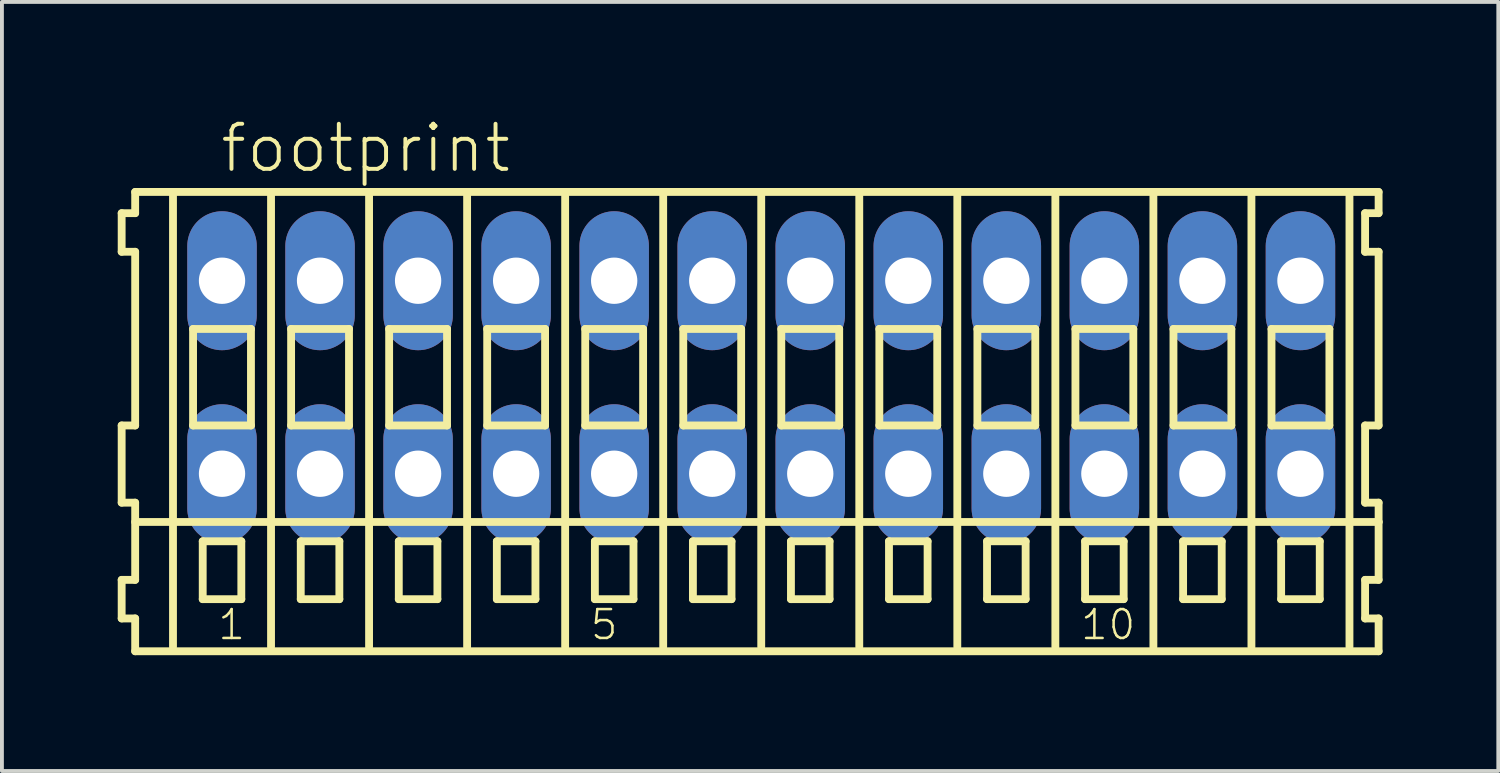
<source format=kicad_pcb>
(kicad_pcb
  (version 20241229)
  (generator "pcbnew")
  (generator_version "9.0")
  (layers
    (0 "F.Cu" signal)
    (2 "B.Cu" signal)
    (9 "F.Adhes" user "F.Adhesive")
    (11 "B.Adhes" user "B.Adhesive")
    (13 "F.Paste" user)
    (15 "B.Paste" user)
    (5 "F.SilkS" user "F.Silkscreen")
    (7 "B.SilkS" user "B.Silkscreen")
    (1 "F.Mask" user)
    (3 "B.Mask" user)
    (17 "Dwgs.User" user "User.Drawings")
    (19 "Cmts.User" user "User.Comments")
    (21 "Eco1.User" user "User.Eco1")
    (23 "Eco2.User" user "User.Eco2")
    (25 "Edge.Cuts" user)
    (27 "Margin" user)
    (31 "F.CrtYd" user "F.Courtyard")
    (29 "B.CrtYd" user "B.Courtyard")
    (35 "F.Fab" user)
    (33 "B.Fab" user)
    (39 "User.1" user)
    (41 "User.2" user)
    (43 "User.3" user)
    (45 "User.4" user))
  (footprint "footprint"
    (layer "F.Cu")
    (at 16.672 6.723)
    (property "Reference" "footprint" (at -14.07 -5.25 0) (layer "F.SilkS") (effects (font (size 1.168 1.168) (thickness 0.102)) (justify left bottom)))
    (fp_line (start -16.57 -4.25) (end -16.57 -3.25) (stroke (width 0.203) (type solid)) (layer "F.SilkS"))
    (fp_line (start -16.57 -3.25) (end -16.22 -3.25) (stroke (width 0.203) (type solid)) (layer "F.SilkS"))
    (fp_line (start -16.57 1.25) (end -16.57 3.25) (stroke (width 0.203) (type solid)) (layer "F.SilkS"))
    (fp_line (start -16.57 3.25) (end -16.22 3.25) (stroke (width 0.203) (type solid)) (layer "F.SilkS"))
    (fp_line (start -16.57 5.25) (end -16.57 6.25) (stroke (width 0.203) (type solid)) (layer "F.SilkS"))
    (fp_line (start -16.57 6.25) (end -16.22 6.25) (stroke (width 0.203) (type solid)) (layer "F.SilkS"))
    (fp_line (start -16.22 -4.8) (end -16.22 -4.25) (stroke (width 0.203) (type solid)) (layer "F.SilkS"))
    (fp_line (start -16.22 -4.25) (end -16.57 -4.25) (stroke (width 0.203) (type solid)) (layer "F.SilkS"))
    (fp_line (start -16.22 -3.25) (end -16.22 1.25) (stroke (width 0.203) (type solid)) (layer "F.SilkS"))
    (fp_line (start -16.22 1.25) (end -16.57 1.25) (stroke (width 0.203) (type solid)) (layer "F.SilkS"))
    (fp_line (start -16.22 3.25) (end -16.22 5.25) (stroke (width 0.203) (type solid)) (layer "F.SilkS"))
    (fp_line (start -16.22 3.75) (end 15.995 3.75) (stroke (width 0.203) (type solid)) (layer "F.SilkS"))
    (fp_line (start -16.22 5.25) (end -16.57 5.25) (stroke (width 0.203) (type solid)) (layer "F.SilkS"))
    (fp_line (start -16.22 6.25) (end -16.22 7.1) (stroke (width 0.203) (type solid)) (layer "F.SilkS"))
    (fp_line (start -16.22 7.1) (end 15.995 7.1) (stroke (width 0.203) (type solid)) (layer "F.SilkS"))
    (fp_line (start -15.24 6.985) (end -15.24 -4.699) (stroke (width 0.203) (type solid)) (layer "F.SilkS"))
    (fp_line (start -14.72 -1.25) (end -14.72 1.25) (stroke (width 0.203) (type solid)) (layer "F.SilkS"))
    (fp_line (start -14.72 1.25) (end -13.22 1.25) (stroke (width 0.203) (type solid)) (layer "F.SilkS"))
    (fp_line (start -14.47 4.25) (end -14.47 5.75) (stroke (width 0.203) (type solid)) (layer "F.SilkS"))
    (fp_line (start -14.47 5.75) (end -13.47 5.75) (stroke (width 0.203) (type solid)) (layer "F.SilkS"))
    (fp_line (start -13.47 4.25) (end -14.47 4.25) (stroke (width 0.203) (type solid)) (layer "F.SilkS"))
    (fp_line (start -13.47 5.75) (end -13.47 4.25) (stroke (width 0.203) (type solid)) (layer "F.SilkS"))
    (fp_line (start -13.22 -1.25) (end -14.72 -1.25) (stroke (width 0.203) (type solid)) (layer "F.SilkS"))
    (fp_line (start -13.22 1.25) (end -13.22 -1.25) (stroke (width 0.203) (type solid)) (layer "F.SilkS"))
    (fp_line (start -12.7 6.985) (end -12.7 -4.699) (stroke (width 0.203) (type solid)) (layer "F.SilkS"))
    (fp_line (start -12.18 -1.25) (end -12.18 1.25) (stroke (width 0.203) (type solid)) (layer "F.SilkS"))
    (fp_line (start -12.18 1.25) (end -10.68 1.25) (stroke (width 0.203) (type solid)) (layer "F.SilkS"))
    (fp_line (start -11.93 4.25) (end -11.93 5.75) (stroke (width 0.203) (type solid)) (layer "F.SilkS"))
    (fp_line (start -11.93 5.75) (end -10.93 5.75) (stroke (width 0.203) (type solid)) (layer "F.SilkS"))
    (fp_line (start -10.93 4.25) (end -11.93 4.25) (stroke (width 0.203) (type solid)) (layer "F.SilkS"))
    (fp_line (start -10.93 5.75) (end -10.93 4.25) (stroke (width 0.203) (type solid)) (layer "F.SilkS"))
    (fp_line (start -10.68 -1.25) (end -12.18 -1.25) (stroke (width 0.203) (type solid)) (layer "F.SilkS"))
    (fp_line (start -10.68 1.25) (end -10.68 -1.25) (stroke (width 0.203) (type solid)) (layer "F.SilkS"))
    (fp_line (start -10.16 6.985) (end -10.16 -4.699) (stroke (width 0.203) (type solid)) (layer "F.SilkS"))
    (fp_line (start -9.64 -1.25) (end -9.64 1.25) (stroke (width 0.203) (type solid)) (layer "F.SilkS"))
    (fp_line (start -9.64 1.25) (end -8.14 1.25) (stroke (width 0.203) (type solid)) (layer "F.SilkS"))
    (fp_line (start -9.39 4.25) (end -9.39 5.75) (stroke (width 0.203) (type solid)) (layer "F.SilkS"))
    (fp_line (start -9.39 5.75) (end -8.39 5.75) (stroke (width 0.203) (type solid)) (layer "F.SilkS"))
    (fp_line (start -8.39 4.25) (end -9.39 4.25) (stroke (width 0.203) (type solid)) (layer "F.SilkS"))
    (fp_line (start -8.39 5.75) (end -8.39 4.25) (stroke (width 0.203) (type solid)) (layer "F.SilkS"))
    (fp_line (start -8.14 -1.25) (end -9.64 -1.25) (stroke (width 0.203) (type solid)) (layer "F.SilkS"))
    (fp_line (start -8.14 1.25) (end -8.14 -1.25) (stroke (width 0.203) (type solid)) (layer "F.SilkS"))
    (fp_line (start -7.62 6.985) (end -7.62 -4.699) (stroke (width 0.203) (type solid)) (layer "F.SilkS"))
    (fp_line (start -7.1 -1.25) (end -7.1 1.25) (stroke (width 0.203) (type solid)) (layer "F.SilkS"))
    (fp_line (start -7.1 1.25) (end -5.6 1.25) (stroke (width 0.203) (type solid)) (layer "F.SilkS"))
    (fp_line (start -6.85 4.25) (end -6.85 5.75) (stroke (width 0.203) (type solid)) (layer "F.SilkS"))
    (fp_line (start -6.85 5.75) (end -5.85 5.75) (stroke (width 0.203) (type solid)) (layer "F.SilkS"))
    (fp_line (start -5.85 4.25) (end -6.85 4.25) (stroke (width 0.203) (type solid)) (layer "F.SilkS"))
    (fp_line (start -5.85 5.75) (end -5.85 4.25) (stroke (width 0.203) (type solid)) (layer "F.SilkS"))
    (fp_line (start -5.6 -1.25) (end -7.1 -1.25) (stroke (width 0.203) (type solid)) (layer "F.SilkS"))
    (fp_line (start -5.6 1.25) (end -5.6 -1.25) (stroke (width 0.203) (type solid)) (layer "F.SilkS"))
    (fp_line (start -5.08 6.985) (end -5.08 -4.699) (stroke (width 0.203) (type solid)) (layer "F.SilkS"))
    (fp_line (start -4.56 -1.25) (end -4.56 1.25) (stroke (width 0.203) (type solid)) (layer "F.SilkS"))
    (fp_line (start -4.56 1.25) (end -3.06 1.25) (stroke (width 0.203) (type solid)) (layer "F.SilkS"))
    (fp_line (start -4.31 4.25) (end -4.31 5.75) (stroke (width 0.203) (type solid)) (layer "F.SilkS"))
    (fp_line (start -4.31 5.75) (end -3.31 5.75) (stroke (width 0.203) (type solid)) (layer "F.SilkS"))
    (fp_line (start -3.31 4.25) (end -4.31 4.25) (stroke (width 0.203) (type solid)) (layer "F.SilkS"))
    (fp_line (start -3.31 5.75) (end -3.31 4.25) (stroke (width 0.203) (type solid)) (layer "F.SilkS"))
    (fp_line (start -3.06 -1.25) (end -4.56 -1.25) (stroke (width 0.203) (type solid)) (layer "F.SilkS"))
    (fp_line (start -3.06 1.25) (end -3.06 -1.25) (stroke (width 0.203) (type solid)) (layer "F.SilkS"))
    (fp_line (start -2.54 6.985) (end -2.54 -4.699) (stroke (width 0.203) (type solid)) (layer "F.SilkS"))
    (fp_line (start -2.02 -1.25) (end -2.02 1.25) (stroke (width 0.203) (type solid)) (layer "F.SilkS"))
    (fp_line (start -2.02 1.25) (end -0.52 1.25) (stroke (width 0.203) (type solid)) (layer "F.SilkS"))
    (fp_line (start -1.77 4.25) (end -1.77 5.75) (stroke (width 0.203) (type solid)) (layer "F.SilkS"))
    (fp_line (start -1.77 5.75) (end -0.77 5.75) (stroke (width 0.203) (type solid)) (layer "F.SilkS"))
    (fp_line (start -0.77 4.25) (end -1.77 4.25) (stroke (width 0.203) (type solid)) (layer "F.SilkS"))
    (fp_line (start -0.77 5.75) (end -0.77 4.25) (stroke (width 0.203) (type solid)) (layer "F.SilkS"))
    (fp_line (start -0.52 -1.25) (end -2.02 -1.25) (stroke (width 0.203) (type solid)) (layer "F.SilkS"))
    (fp_line (start -0.52 1.25) (end -0.52 -1.25) (stroke (width 0.203) (type solid)) (layer "F.SilkS"))
    (fp_line (start 0 6.985) (end 0 -4.699) (stroke (width 0.203) (type solid)) (layer "F.SilkS"))
    (fp_line (start 0.52 -1.25) (end 0.52 1.25) (stroke (width 0.203) (type solid)) (layer "F.SilkS"))
    (fp_line (start 0.52 1.25) (end 2.02 1.25) (stroke (width 0.203) (type solid)) (layer "F.SilkS"))
    (fp_line (start 0.77 4.25) (end 0.77 5.75) (stroke (width 0.203) (type solid)) (layer "F.SilkS"))
    (fp_line (start 0.77 5.75) (end 1.77 5.75) (stroke (width 0.203) (type solid)) (layer "F.SilkS"))
    (fp_line (start 1.77 4.25) (end 0.77 4.25) (stroke (width 0.203) (type solid)) (layer "F.SilkS"))
    (fp_line (start 1.77 5.75) (end 1.77 4.25) (stroke (width 0.203) (type solid)) (layer "F.SilkS"))
    (fp_line (start 2.02 -1.25) (end 0.52 -1.25) (stroke (width 0.203) (type solid)) (layer "F.SilkS"))
    (fp_line (start 2.02 1.25) (end 2.02 -1.25) (stroke (width 0.203) (type solid)) (layer "F.SilkS"))
    (fp_line (start 2.54 6.985) (end 2.54 -4.699) (stroke (width 0.203) (type solid)) (layer "F.SilkS"))
    (fp_line (start 3.06 -1.25) (end 3.06 1.25) (stroke (width 0.203) (type solid)) (layer "F.SilkS"))
    (fp_line (start 3.06 1.25) (end 4.56 1.25) (stroke (width 0.203) (type solid)) (layer "F.SilkS"))
    (fp_line (start 3.31 4.25) (end 3.31 5.75) (stroke (width 0.203) (type solid)) (layer "F.SilkS"))
    (fp_line (start 3.31 5.75) (end 4.31 5.75) (stroke (width 0.203) (type solid)) (layer "F.SilkS"))
    (fp_line (start 4.31 4.25) (end 3.31 4.25) (stroke (width 0.203) (type solid)) (layer "F.SilkS"))
    (fp_line (start 4.31 5.75) (end 4.31 4.25) (stroke (width 0.203) (type solid)) (layer "F.SilkS"))
    (fp_line (start 4.56 -1.25) (end 3.06 -1.25) (stroke (width 0.203) (type solid)) (layer "F.SilkS"))
    (fp_line (start 4.56 1.25) (end 4.56 -1.25) (stroke (width 0.203) (type solid)) (layer "F.SilkS"))
    (fp_line (start 5.08 6.985) (end 5.08 -4.699) (stroke (width 0.203) (type solid)) (layer "F.SilkS"))
    (fp_line (start 5.6 -1.25) (end 5.6 1.25) (stroke (width 0.203) (type solid)) (layer "F.SilkS"))
    (fp_line (start 5.6 1.25) (end 7.1 1.25) (stroke (width 0.203) (type solid)) (layer "F.SilkS"))
    (fp_line (start 5.85 4.25) (end 5.85 5.75) (stroke (width 0.203) (type solid)) (layer "F.SilkS"))
    (fp_line (start 5.85 5.75) (end 6.85 5.75) (stroke (width 0.203) (type solid)) (layer "F.SilkS"))
    (fp_line (start 6.85 4.25) (end 5.85 4.25) (stroke (width 0.203) (type solid)) (layer "F.SilkS"))
    (fp_line (start 6.85 5.75) (end 6.85 4.25) (stroke (width 0.203) (type solid)) (layer "F.SilkS"))
    (fp_line (start 7.1 -1.25) (end 5.6 -1.25) (stroke (width 0.203) (type solid)) (layer "F.SilkS"))
    (fp_line (start 7.1 1.25) (end 7.1 -1.25) (stroke (width 0.203) (type solid)) (layer "F.SilkS"))
    (fp_line (start 7.62 6.985) (end 7.62 -4.699) (stroke (width 0.203) (type solid)) (layer "F.SilkS"))
    (fp_line (start 8.14 -1.25) (end 8.14 1.25) (stroke (width 0.203) (type solid)) (layer "F.SilkS"))
    (fp_line (start 8.14 1.25) (end 9.64 1.25) (stroke (width 0.203) (type solid)) (layer "F.SilkS"))
    (fp_line (start 8.39 4.25) (end 8.39 5.75) (stroke (width 0.203) (type solid)) (layer "F.SilkS"))
    (fp_line (start 8.39 5.75) (end 9.39 5.75) (stroke (width 0.203) (type solid)) (layer "F.SilkS"))
    (fp_line (start 9.39 4.25) (end 8.39 4.25) (stroke (width 0.203) (type solid)) (layer "F.SilkS"))
    (fp_line (start 9.39 5.75) (end 9.39 4.25) (stroke (width 0.203) (type solid)) (layer "F.SilkS"))
    (fp_line (start 9.64 -1.25) (end 8.14 -1.25) (stroke (width 0.203) (type solid)) (layer "F.SilkS"))
    (fp_line (start 9.64 1.25) (end 9.64 -1.25) (stroke (width 0.203) (type solid)) (layer "F.SilkS"))
    (fp_line (start 10.16 6.985) (end 10.16 -4.699) (stroke (width 0.203) (type solid)) (layer "F.SilkS"))
    (fp_line (start 10.68 -1.25) (end 10.68 1.25) (stroke (width 0.203) (type solid)) (layer "F.SilkS"))
    (fp_line (start 10.68 1.25) (end 12.18 1.25) (stroke (width 0.203) (type solid)) (layer "F.SilkS"))
    (fp_line (start 10.93 4.25) (end 10.93 5.75) (stroke (width 0.203) (type solid)) (layer "F.SilkS"))
    (fp_line (start 10.93 5.75) (end 11.93 5.75) (stroke (width 0.203) (type solid)) (layer "F.SilkS"))
    (fp_line (start 11.93 4.25) (end 10.93 4.25) (stroke (width 0.203) (type solid)) (layer "F.SilkS"))
    (fp_line (start 11.93 5.75) (end 11.93 4.25) (stroke (width 0.203) (type solid)) (layer "F.SilkS"))
    (fp_line (start 12.18 -1.25) (end 10.68 -1.25) (stroke (width 0.203) (type solid)) (layer "F.SilkS"))
    (fp_line (start 12.18 1.25) (end 12.18 -1.25) (stroke (width 0.203) (type solid)) (layer "F.SilkS"))
    (fp_line (start 12.7 6.985) (end 12.7 -4.699) (stroke (width 0.203) (type solid)) (layer "F.SilkS"))
    (fp_line (start 13.22 -1.25) (end 13.22 1.25) (stroke (width 0.203) (type solid)) (layer "F.SilkS"))
    (fp_line (start 13.22 1.25) (end 14.72 1.25) (stroke (width 0.203) (type solid)) (layer "F.SilkS"))
    (fp_line (start 13.47 4.25) (end 13.47 5.75) (stroke (width 0.203) (type solid)) (layer "F.SilkS"))
    (fp_line (start 13.47 5.75) (end 14.47 5.75) (stroke (width 0.203) (type solid)) (layer "F.SilkS"))
    (fp_line (start 14.47 4.25) (end 13.47 4.25) (stroke (width 0.203) (type solid)) (layer "F.SilkS"))
    (fp_line (start 14.47 5.75) (end 14.47 4.25) (stroke (width 0.203) (type solid)) (layer "F.SilkS"))
    (fp_line (start 14.72 -1.25) (end 13.22 -1.25) (stroke (width 0.203) (type solid)) (layer "F.SilkS"))
    (fp_line (start 14.72 1.25) (end 14.72 -1.25) (stroke (width 0.203) (type solid)) (layer "F.SilkS"))
    (fp_line (start 15.24 6.985) (end 15.24 -4.699) (stroke (width 0.203) (type solid)) (layer "F.SilkS"))
    (fp_line (start 15.645 -4.25) (end 15.645 -3.25) (stroke (width 0.203) (type solid)) (layer "F.SilkS"))
    (fp_line (start 15.645 -3.25) (end 15.995 -3.25) (stroke (width 0.203) (type solid)) (layer "F.SilkS"))
    (fp_line (start 15.645 1.25) (end 15.645 3.25) (stroke (width 0.203) (type solid)) (layer "F.SilkS"))
    (fp_line (start 15.645 3.25) (end 15.995 3.25) (stroke (width 0.203) (type solid)) (layer "F.SilkS"))
    (fp_line (start 15.645 5.25) (end 15.645 6.25) (stroke (width 0.203) (type solid)) (layer "F.SilkS"))
    (fp_line (start 15.645 6.25) (end 15.995 6.25) (stroke (width 0.203) (type solid)) (layer "F.SilkS"))
    (fp_line (start 15.995 -4.8) (end -16.22 -4.8) (stroke (width 0.203) (type solid)) (layer "F.SilkS"))
    (fp_line (start 15.995 -4.25) (end 15.645 -4.25) (stroke (width 0.203) (type solid)) (layer "F.SilkS"))
    (fp_line (start 15.995 -4.25) (end 15.995 -4.8) (stroke (width 0.203) (type solid)) (layer "F.SilkS"))
    (fp_line (start 15.995 1.25) (end 15.645 1.25) (stroke (width 0.203) (type solid)) (layer "F.SilkS"))
    (fp_line (start 15.995 1.25) (end 15.995 -3.25) (stroke (width 0.203) (type solid)) (layer "F.SilkS"))
    (fp_line (start 15.995 3.75) (end 15.995 3.25) (stroke (width 0.203) (type solid)) (layer "F.SilkS"))
    (fp_line (start 15.995 5.25) (end 15.645 5.25) (stroke (width 0.203) (type solid)) (layer "F.SilkS"))
    (fp_line (start 15.995 5.25) (end 15.995 3.75) (stroke (width 0.203) (type solid)) (layer "F.SilkS"))
    (fp_line (start 15.995 7.1) (end 15.995 6.25) (stroke (width 0.203) (type solid)) (layer "F.SilkS"))
    (fp_text user "10" (at 8.232 6.85 0) (layer "F.SilkS") (effects (font (size 0.748 0.748) (thickness 0.065)) (justify left bottom)))
    (fp_text user "5" (at -4.468 6.85 0) (layer "F.SilkS") (effects (font (size 0.748 0.748) (thickness 0.065)) (justify left bottom)))
    (fp_text user "1" (at -14.12 6.85 0) (layer "F.SilkS") (effects (font (size 0.748 0.748) (thickness 0.065)) (justify left bottom)))
    (pad "A1" thru_hole oval (at -13.97 -2.5 90) (size 3.6 1.8) (drill 1.2) (layers "*.Cu" "*.Mask"))
    (pad "A2" thru_hole oval (at -11.43 -2.5 90) (size 3.6 1.8) (drill 1.2) (layers "*.Cu" "*.Mask"))
    (pad "A3" thru_hole oval (at -8.89 -2.5 90) (size 3.6 1.8) (drill 1.2) (layers "*.Cu" "*.Mask"))
    (pad "A4" thru_hole oval (at -6.35 -2.5 90) (size 3.6 1.8) (drill 1.2) (layers "*.Cu" "*.Mask"))
    (pad "A5" thru_hole oval (at -3.81 -2.5 90) (size 3.6 1.8) (drill 1.2) (layers "*.Cu" "*.Mask"))
    (pad "A6" thru_hole oval (at -1.27 -2.5 90) (size 3.6 1.8) (drill 1.2) (layers "*.Cu" "*.Mask"))
    (pad "A7" thru_hole oval (at 1.27 -2.5 90) (size 3.6 1.8) (drill 1.2) (layers "*.Cu" "*.Mask"))
    (pad "A8" thru_hole oval (at 3.81 -2.5 90) (size 3.6 1.8) (drill 1.2) (layers "*.Cu" "*.Mask"))
    (pad "A9" thru_hole oval (at 6.35 -2.5 90) (size 3.6 1.8) (drill 1.2) (layers "*.Cu" "*.Mask"))
    (pad "A10" thru_hole oval (at 8.89 -2.5 90) (size 3.6 1.8) (drill 1.2) (layers "*.Cu" "*.Mask"))
    (pad "A11" thru_hole oval (at 11.43 -2.5 90) (size 3.6 1.8) (drill 1.2) (layers "*.Cu" "*.Mask"))
    (pad "A12" thru_hole oval (at 13.97 -2.5 90) (size 3.6 1.8) (drill 1.2) (layers "*.Cu" "*.Mask"))
    (pad "B1" thru_hole oval (at -13.97 2.5 90) (size 3.6 1.8) (drill 1.2) (layers "*.Cu" "*.Mask"))
    (pad "B2" thru_hole oval (at -11.43 2.5 90) (size 3.6 1.8) (drill 1.2) (layers "*.Cu" "*.Mask"))
    (pad "B3" thru_hole oval (at -8.89 2.5 90) (size 3.6 1.8) (drill 1.2) (layers "*.Cu" "*.Mask"))
    (pad "B4" thru_hole oval (at -6.35 2.5 90) (size 3.6 1.8) (drill 1.2) (layers "*.Cu" "*.Mask"))
    (pad "B5" thru_hole oval (at -3.81 2.5 90) (size 3.6 1.8) (drill 1.2) (layers "*.Cu" "*.Mask"))
    (pad "B6" thru_hole oval (at -1.27 2.5 90) (size 3.6 1.8) (drill 1.2) (layers "*.Cu" "*.Mask"))
    (pad "B7" thru_hole oval (at 1.27 2.5 90) (size 3.6 1.8) (drill 1.2) (layers "*.Cu" "*.Mask"))
    (pad "B8" thru_hole oval (at 3.81 2.5 90) (size 3.6 1.8) (drill 1.2) (layers "*.Cu" "*.Mask"))
    (pad "B9" thru_hole oval (at 6.35 2.5 90) (size 3.6 1.8) (drill 1.2) (layers "*.Cu" "*.Mask"))
    (pad "B10" thru_hole oval (at 8.89 2.5 90) (size 3.6 1.8) (drill 1.2) (layers "*.Cu" "*.Mask"))
    (pad "B11" thru_hole oval (at 11.43 2.5 90) (size 3.6 1.8) (drill 1.2) (layers "*.Cu" "*.Mask"))
    (pad "B12" thru_hole oval (at 13.97 2.5 90) (size 3.6 1.8) (drill 1.2) (layers "*.Cu" "*.Mask")))
  (gr_rect
    (start -3 -3)
    (end 35.768 16.925)
    (stroke (width 0.1) (type default))
    (fill no)
    (layer "Edge.Cuts")))
</source>
